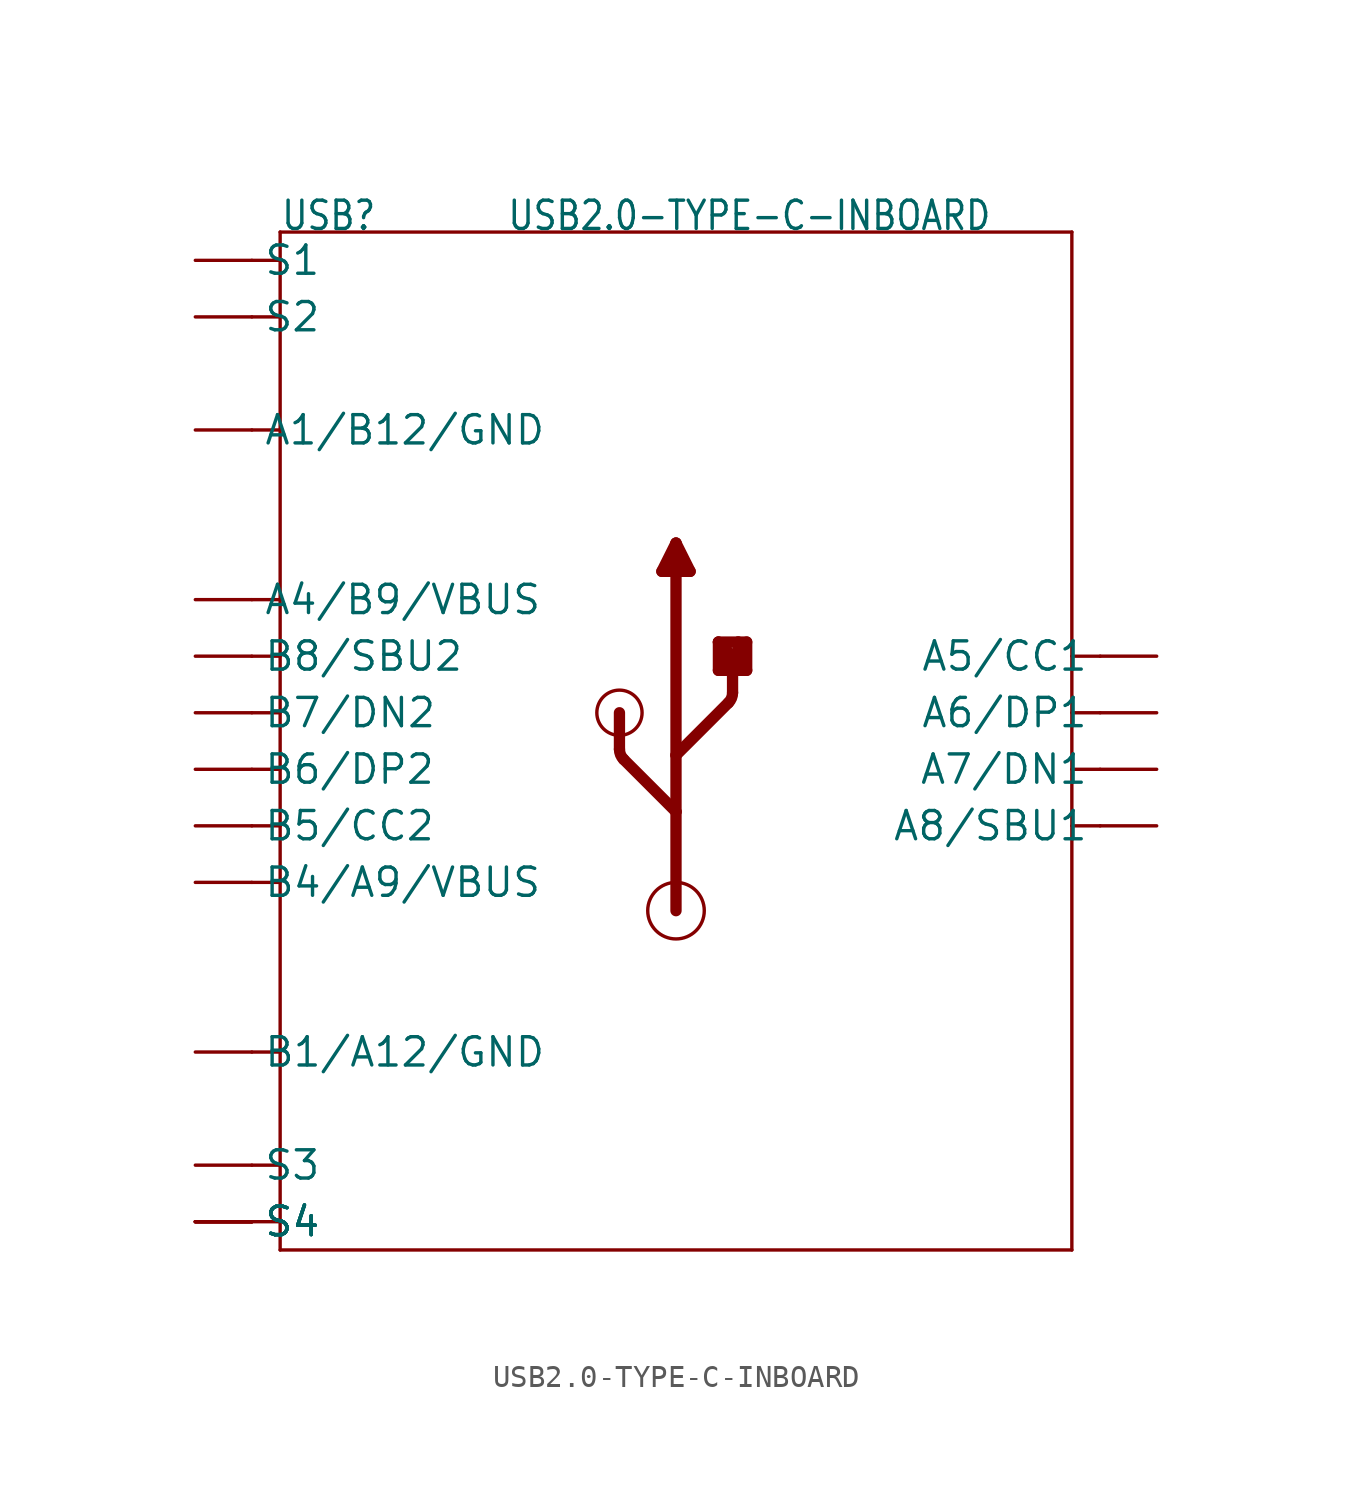
<source format=kicad_sym>
(kicad_symbol_lib
  (version 20211014)
  (generator kicad_symbol_editor)
  (symbol "USB2.0-TYPE-C-INBOARD"
    (property "Reference" "USB"
      (at -17.78 22.86 0)
      (effects (font (size 1.27 1.079)) (justify left bottom)))
    (property "Value" "USB2.0-TYPE-C-INBOARD"
      (at -7.62 22.86 0)
      (effects (font (size 1.27 1.079)) (justify left bottom)))
    (property "ki_locked" ""
      (at 0 0 0)
      (effects (font (size 1.27 1.27))))
    (symbol "USB2.0-TYPE-C-INBOARD_1_0"
      (arc (start -2.54 -0.3719) (mid -2.4917 -0.6149) (end -2.354 -0.8209) (stroke (width 0.508) (type default) (color 0 0 0 0)) (fill (type none)))
      (circle (center -2.54 1.27) (radius 1.016) (stroke (width 0) (type default) (color 0 0 0 0)) (fill (type none)))
      (circle (center 0 -7.62) (radius 1.27) (stroke (width 0) (type default) (color 0 0 0 0)) (fill (type none)))
      (polyline (pts (xy -19.05 -21.59) (xy -17.78 -21.59)) (stroke (width 0.152) (type default) (color 0 0 0 0)) (fill (type none)))
      (polyline (pts (xy -19.05 -19.05) (xy -17.78 -19.05)) (stroke (width 0.152) (type default) (color 0 0 0 0)) (fill (type none)))
      (polyline (pts (xy -19.05 -13.97) (xy -17.78 -13.97)) (stroke (width 0.152) (type default) (color 0 0 0 0)) (fill (type none)))
      (polyline (pts (xy -19.05 -6.35) (xy -17.78 -6.35)) (stroke (width 0.152) (type default) (color 0 0 0 0)) (fill (type none)))
      (polyline (pts (xy -19.05 -3.81) (xy -17.78 -3.81)) (stroke (width 0.152) (type default) (color 0 0 0 0)) (fill (type none)))
      (polyline (pts (xy -19.05 -1.27) (xy -17.78 -1.27)) (stroke (width 0.152) (type default) (color 0 0 0 0)) (fill (type none)))
      (polyline (pts (xy -19.05 1.27) (xy -17.78 1.27)) (stroke (width 0.152) (type default) (color 0 0 0 0)) (fill (type none)))
      (polyline (pts (xy -19.05 3.81) (xy -17.78 3.81)) (stroke (width 0.152) (type default) (color 0 0 0 0)) (fill (type none)))
      (polyline (pts (xy -19.05 6.35) (xy -17.78 6.35)) (stroke (width 0.152) (type default) (color 0 0 0 0)) (fill (type none)))
      (polyline (pts (xy -19.05 13.97) (xy -17.78 13.97)) (stroke (width 0.152) (type default) (color 0 0 0 0)) (fill (type none)))
      (polyline (pts (xy -19.05 19.05) (xy -17.78 19.05)) (stroke (width 0.152) (type default) (color 0 0 0 0)) (fill (type none)))
      (polyline (pts (xy -19.05 21.59) (xy -17.78 21.59)) (stroke (width 0.152) (type default) (color 0 0 0 0)) (fill (type none)))
      (polyline (pts (xy -17.78 -22.86) (xy -17.78 -21.59)) (stroke (width 0.152) (type default) (color 0 0 0 0)) (fill (type none)))
      (polyline (pts (xy -17.78 -21.59) (xy -17.78 -19.05)) (stroke (width 0.152) (type default) (color 0 0 0 0)) (fill (type none)))
      (polyline (pts (xy -17.78 -19.05) (xy -17.78 6.35)) (stroke (width 0.152) (type default) (color 0 0 0 0)) (fill (type none)))
      (polyline (pts (xy -17.78 6.35) (xy -17.78 13.97)) (stroke (width 0.152) (type default) (color 0 0 0 0)) (fill (type none)))
      (polyline (pts (xy -17.78 13.97) (xy -17.78 19.05)) (stroke (width 0.152) (type default) (color 0 0 0 0)) (fill (type none)))
      (polyline (pts (xy -17.78 19.05) (xy -17.78 21.59)) (stroke (width 0.152) (type default) (color 0 0 0 0)) (fill (type none)))
      (polyline (pts (xy -17.78 21.59) (xy -17.78 22.86)) (stroke (width 0.152) (type default) (color 0 0 0 0)) (fill (type none)))
      (polyline (pts (xy -17.78 22.86) (xy 17.78 22.86)) (stroke (width 0.152) (type default) (color 0 0 0 0)) (fill (type none)))
      (polyline (pts (xy -2.54 -0.372) (xy -2.54 1.27)) (stroke (width 0.508) (type default) (color 0 0 0 0)) (fill (type none)))
      (polyline (pts (xy -0.635 7.62) (xy 0.635 7.62)) (stroke (width 0.508) (type default) (color 0 0 0 0)) (fill (type none)))
      (polyline (pts (xy 0 -7.62) (xy 0 -3.175)) (stroke (width 0.508) (type default) (color 0 0 0 0)) (fill (type none)))
      (polyline (pts (xy 0 -3.175) (xy -2.354 -0.821)) (stroke (width 0.508) (type default) (color 0 0 0 0)) (fill (type none)))
      (polyline (pts (xy 0 -3.175) (xy 0 -0.635)) (stroke (width 0.508) (type default) (color 0 0 0 0)) (fill (type none)))
      (polyline (pts (xy 0 -0.635) (xy 0 8.89)) (stroke (width 0.508) (type default) (color 0 0 0 0)) (fill (type none)))
      (polyline (pts (xy 0 -0.635) (xy 2.354 1.719)) (stroke (width 0.508) (type default) (color 0 0 0 0)) (fill (type none)))
      (polyline (pts (xy 0 8.89) (xy -0.635 7.62)) (stroke (width 0.508) (type default) (color 0 0 0 0)) (fill (type none)))
      (polyline (pts (xy 0.635 7.62) (xy 0 8.89)) (stroke (width 0.508) (type default) (color 0 0 0 0)) (fill (type none)))
      (polyline (pts (xy 1.905 3.175) (xy 1.905 4.445)) (stroke (width 0.508) (type default) (color 0 0 0 0)) (fill (type none)))
      (polyline (pts (xy 1.905 4.445) (xy 2.794 4.445)) (stroke (width 0.508) (type default) (color 0 0 0 0)) (fill (type none)))
      (polyline (pts (xy 2.159 3.302) (xy 2.159 3.81)) (stroke (width 0.508) (type default) (color 0 0 0 0)) (fill (type none)))
      (polyline (pts (xy 2.54 2.168) (xy 2.54 3.81)) (stroke (width 0.508) (type default) (color 0 0 0 0)) (fill (type none)))
      (polyline (pts (xy 2.54 3.81) (xy 1.905 4.445)) (stroke (width 0.508) (type default) (color 0 0 0 0)) (fill (type none)))
      (polyline (pts (xy 2.794 3.302) (xy 2.159 3.302)) (stroke (width 0.508) (type default) (color 0 0 0 0)) (fill (type none)))
      (polyline (pts (xy 2.794 4.445) (xy 2.794 3.302)) (stroke (width 0.508) (type default) (color 0 0 0 0)) (fill (type none)))
      (polyline (pts (xy 2.794 4.445) (xy 3.175 4.445)) (stroke (width 0.508) (type default) (color 0 0 0 0)) (fill (type none)))
      (polyline (pts (xy 3.175 3.175) (xy 1.905 3.175)) (stroke (width 0.508) (type default) (color 0 0 0 0)) (fill (type none)))
      (polyline (pts (xy 3.175 4.445) (xy 3.175 3.175)) (stroke (width 0.508) (type default) (color 0 0 0 0)) (fill (type none)))
      (polyline (pts (xy 17.78 -22.86) (xy -17.78 -22.86)) (stroke (width 0.152) (type default) (color 0 0 0 0)) (fill (type none)))
      (polyline (pts (xy 17.78 22.86) (xy 17.78 -22.86)) (stroke (width 0.152) (type default) (color 0 0 0 0)) (fill (type none)))
      (polyline (pts (xy 19.05 -3.81) (xy 17.78 -3.81)) (stroke (width 0.152) (type default) (color 0 0 0 0)) (fill (type none)))
      (polyline (pts (xy 19.05 -1.27) (xy 17.78 -1.27)) (stroke (width 0.152) (type default) (color 0 0 0 0)) (fill (type none)))
      (polyline (pts (xy 19.05 1.27) (xy 17.78 1.27)) (stroke (width 0.152) (type default) (color 0 0 0 0)) (fill (type none)))
      (polyline (pts (xy 19.05 3.81) (xy 17.78 3.81)) (stroke (width 0.152) (type default) (color 0 0 0 0)) (fill (type none)))
      (arc (start 2.354 1.719) (mid 2.4916 1.925) (end 2.54 2.168) (stroke (width 0.508) (type default) (color 0 0 0 0)) (fill (type none)))
      (pin bidirectional line (at -21.59 13.97 0) (length 2.54) (name "A1/B12/GND" (effects (font (size 1.27 1.27)))) (number "A1_B12" (effects (font (size 0 0)))))
      (pin bidirectional line (at -21.59 6.35 0) (length 2.54) (name "A4/B9/VBUS" (effects (font (size 1.27 1.27)))) (number "A4_B9" (effects (font (size 0 0)))))
      (pin bidirectional line (at 21.59 3.81 180) (length 2.54) (name "A5/CC1" (effects (font (size 1.27 1.27)))) (number "A5" (effects (font (size 0 0)))))
      (pin bidirectional line (at 21.59 1.27 180) (length 2.54) (name "A6/DP1" (effects (font (size 1.27 1.27)))) (number "A6" (effects (font (size 0 0)))))
      (pin bidirectional line (at 21.59 -1.27 180) (length 2.54) (name "A7/DN1" (effects (font (size 1.27 1.27)))) (number "A7" (effects (font (size 0 0)))))
      (pin bidirectional line (at 21.59 -3.81 180) (length 2.54) (name "A8/SBU1" (effects (font (size 1.27 1.27)))) (number "A8" (effects (font (size 0 0)))))
      (pin bidirectional line (at -21.59 -13.97 0) (length 2.54) (name "B1/A12/GND" (effects (font (size 1.27 1.27)))) (number "B1_A12" (effects (font (size 0 0)))))
      (pin bidirectional line (at -21.59 -6.35 0) (length 2.54) (name "B4/A9/VBUS" (effects (font (size 1.27 1.27)))) (number "B4_A9" (effects (font (size 0 0)))))
      (pin bidirectional line (at -21.59 -3.81 0) (length 2.54) (name "B5/CC2" (effects (font (size 1.27 1.27)))) (number "B5" (effects (font (size 0 0)))))
      (pin bidirectional line (at -21.59 -1.27 0) (length 2.54) (name "B6/DP2" (effects (font (size 1.27 1.27)))) (number "B6" (effects (font (size 0 0)))))
      (pin bidirectional line (at -21.59 1.27 0) (length 2.54) (name "B7/DN2" (effects (font (size 1.27 1.27)))) (number "B7" (effects (font (size 0 0)))))
      (pin bidirectional line (at -21.59 3.81 0) (length 2.54) (name "B8/SBU2" (effects (font (size 1.27 1.27)))) (number "B8" (effects (font (size 0 0)))))
      (pin bidirectional line (at -21.59 21.59 0) (length 2.54) (name "S1" (effects (font (size 1.27 1.27)))) (number "S1" (effects (font (size 0 0)))))
      (pin bidirectional line (at -21.59 19.05 0) (length 2.54) (name "S2" (effects (font (size 1.27 1.27)))) (number "S2" (effects (font (size 0 0)))))
      (pin bidirectional line (at -21.59 -19.05 0) (length 2.54) (name "S3" (effects (font (size 1.27 1.27)))) (number "S3" (effects (font (size 0 0)))))
      (pin bidirectional line (at -21.59 -21.59 0) (length 2.54) (name "S4" (effects (font (size 1.27 1.27)))) (number "S4" (effects (font (size 0 0)))))
      (pin bidirectional line (at -21.59 -21.59 0) (length 2.54) (name "S4" (effects (font (size 1.27 1.27)))) (number "SS1" (effects (font (size 0 0)))))
      (pin bidirectional line (at -21.59 -21.59 0) (length 2.54) (name "S4" (effects (font (size 1.27 1.27)))) (number "SS2" (effects (font (size 0 0)))))
      (pin bidirectional line (at -21.59 -21.59 0) (length 2.54) (name "S4" (effects (font (size 1.27 1.27)))) (number "SS3" (effects (font (size 0 0)))))
      (pin bidirectional line (at -21.59 -21.59 0) (length 2.54) (name "S4" (effects (font (size 1.27 1.27)))) (number "SS4" (effects (font (size 0 0))))))))
</source>
